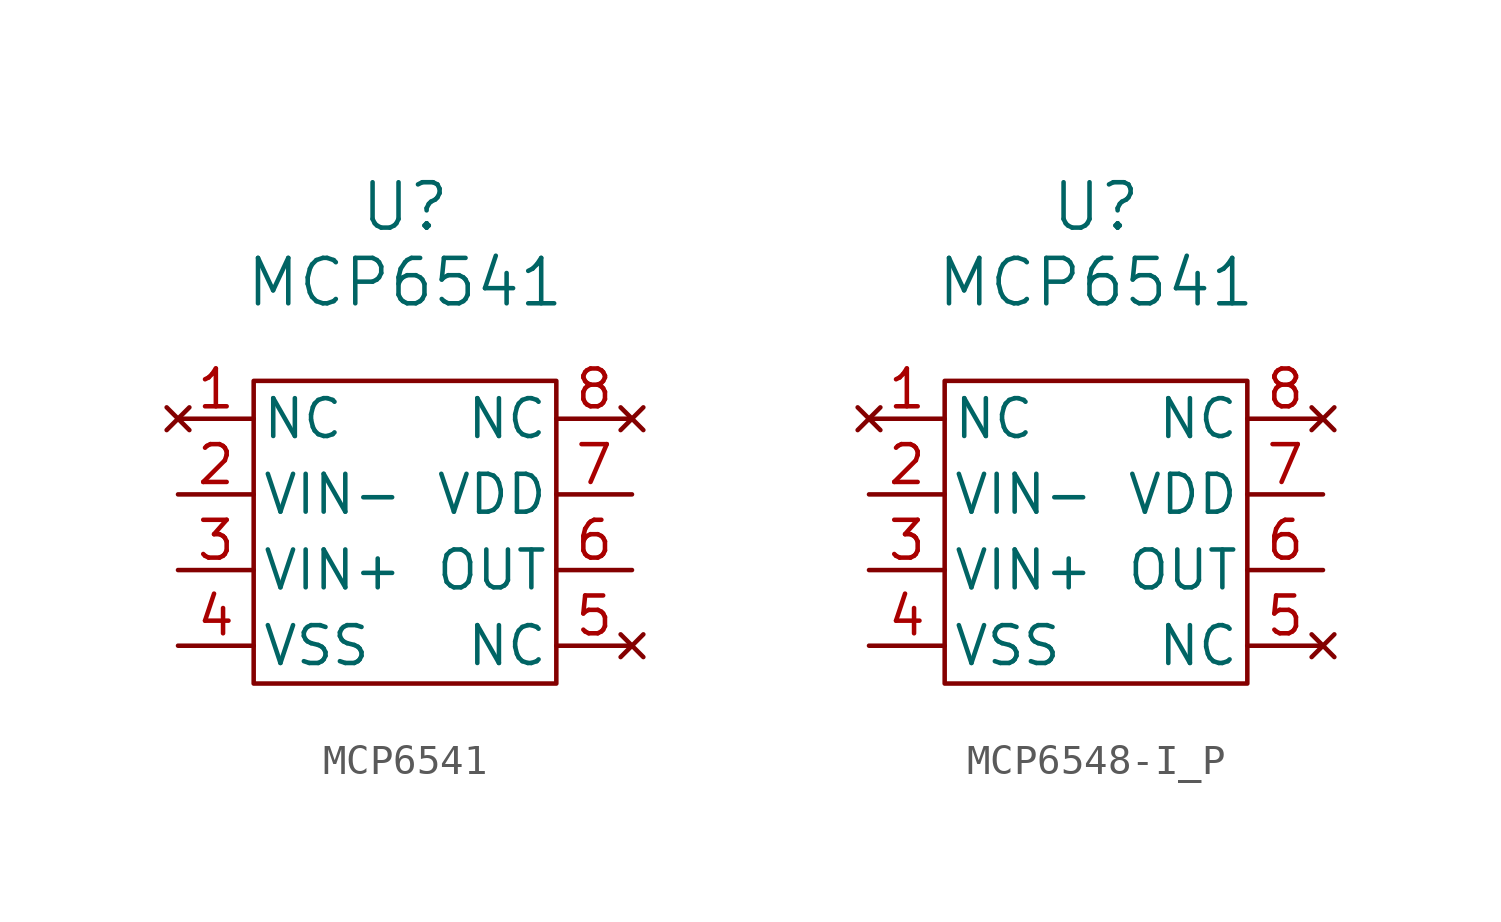
<source format=kicad_sym>
(kicad_symbol_lib
  (version 20231120)
  (generator "kicad_symbol_editor")
  (generator_version "8.0")
  (symbol "MCP6541"
    (pin_names
      (offset 0.254))
    (property "Reference" "U"
      (at 12.7 7.112 0)
      (effects (font (size 1.524 1.524))))
    (property "Value" "MCP6541"
      (at 12.7 4.572 0)
      (effects (font (size 1.524 1.524))))
    (property "ki_locked" ""
      (at 0 0 0)
      (effects (font (size 1.27 1.27))))
    (symbol "MCP6541_1_1"
      (rectangle (start 7.62 1.27) (end 17.78 -8.89) (stroke (width 0) (type default)) (fill (type none)))
      (pin no_connect line (at 5.08 0 0) (length 2.54) (name "NC" (effects (font (size 1.27 1.27)))) (number "1" (effects (font (size 1.27 1.27)))))
      (pin input line (at 5.08 -2.54 0) (length 2.54) (name "VIN-" (effects (font (size 1.27 1.27)))) (number "2" (effects (font (size 1.27 1.27)))))
      (pin input line (at 5.08 -5.08 0) (length 2.54) (name "VIN+" (effects (font (size 1.27 1.27)))) (number "3" (effects (font (size 1.27 1.27)))))
      (pin unspecified line (at 5.08 -7.62 0) (length 2.54) (name "VSS" (effects (font (size 1.27 1.27)))) (number "4" (effects (font (size 1.27 1.27)))))
      (pin no_connect line (at 20.32 -7.62 180) (length 2.54) (name "NC" (effects (font (size 1.27 1.27)))) (number "5" (effects (font (size 1.27 1.27)))))
      (pin unspecified line (at 20.32 -5.08 180) (length 2.54) (name "OUT" (effects (font (size 1.27 1.27)))) (number "6" (effects (font (size 1.27 1.27)))))
      (pin unspecified line (at 20.32 -2.54 180) (length 2.54) (name "VDD" (effects (font (size 1.27 1.27)))) (number "7" (effects (font (size 1.27 1.27)))))
      (pin no_connect line (at 20.32 0 180) (length 2.54) (name "NC" (effects (font (size 1.27 1.27)))) (number "8" (effects (font (size 1.27 1.27)))))))
  (symbol "MCP6548-I_P"
    (pin_names
      (offset 0.254))
    (property "Reference" "U"
      (at 12.7 7.112 0)
      (effects (font (size 1.524 1.524))))
    (property "Value" "MCP6541"
      (at 12.7 4.572 0)
      (effects (font (size 1.524 1.524))))
    (property "ki_locked" ""
      (at 0 0 0)
      (effects (font (size 1.27 1.27))))
    (symbol "MCP6548-I_P_1_1"
      (rectangle (start 7.62 1.27) (end 17.78 -8.89) (stroke (width 0) (type default)) (fill (type none)))
      (pin no_connect line (at 5.08 0 0) (length 2.54) (name "NC" (effects (font (size 1.27 1.27)))) (number "1" (effects (font (size 1.27 1.27)))))
      (pin input line (at 5.08 -2.54 0) (length 2.54) (name "VIN-" (effects (font (size 1.27 1.27)))) (number "2" (effects (font (size 1.27 1.27)))))
      (pin input line (at 5.08 -5.08 0) (length 2.54) (name "VIN+" (effects (font (size 1.27 1.27)))) (number "3" (effects (font (size 1.27 1.27)))))
      (pin unspecified line (at 5.08 -7.62 0) (length 2.54) (name "VSS" (effects (font (size 1.27 1.27)))) (number "4" (effects (font (size 1.27 1.27)))))
      (pin no_connect line (at 20.32 -7.62 180) (length 2.54) (name "NC" (effects (font (size 1.27 1.27)))) (number "5" (effects (font (size 1.27 1.27)))))
      (pin unspecified line (at 20.32 -5.08 180) (length 2.54) (name "OUT" (effects (font (size 1.27 1.27)))) (number "6" (effects (font (size 1.27 1.27)))))
      (pin unspecified line (at 20.32 -2.54 180) (length 2.54) (name "VDD" (effects (font (size 1.27 1.27)))) (number "7" (effects (font (size 1.27 1.27)))))
      (pin no_connect line (at 20.32 0 180) (length 2.54) (name "NC" (effects (font (size 1.27 1.27)))) (number "8" (effects (font (size 1.27 1.27))))))))
</source>
